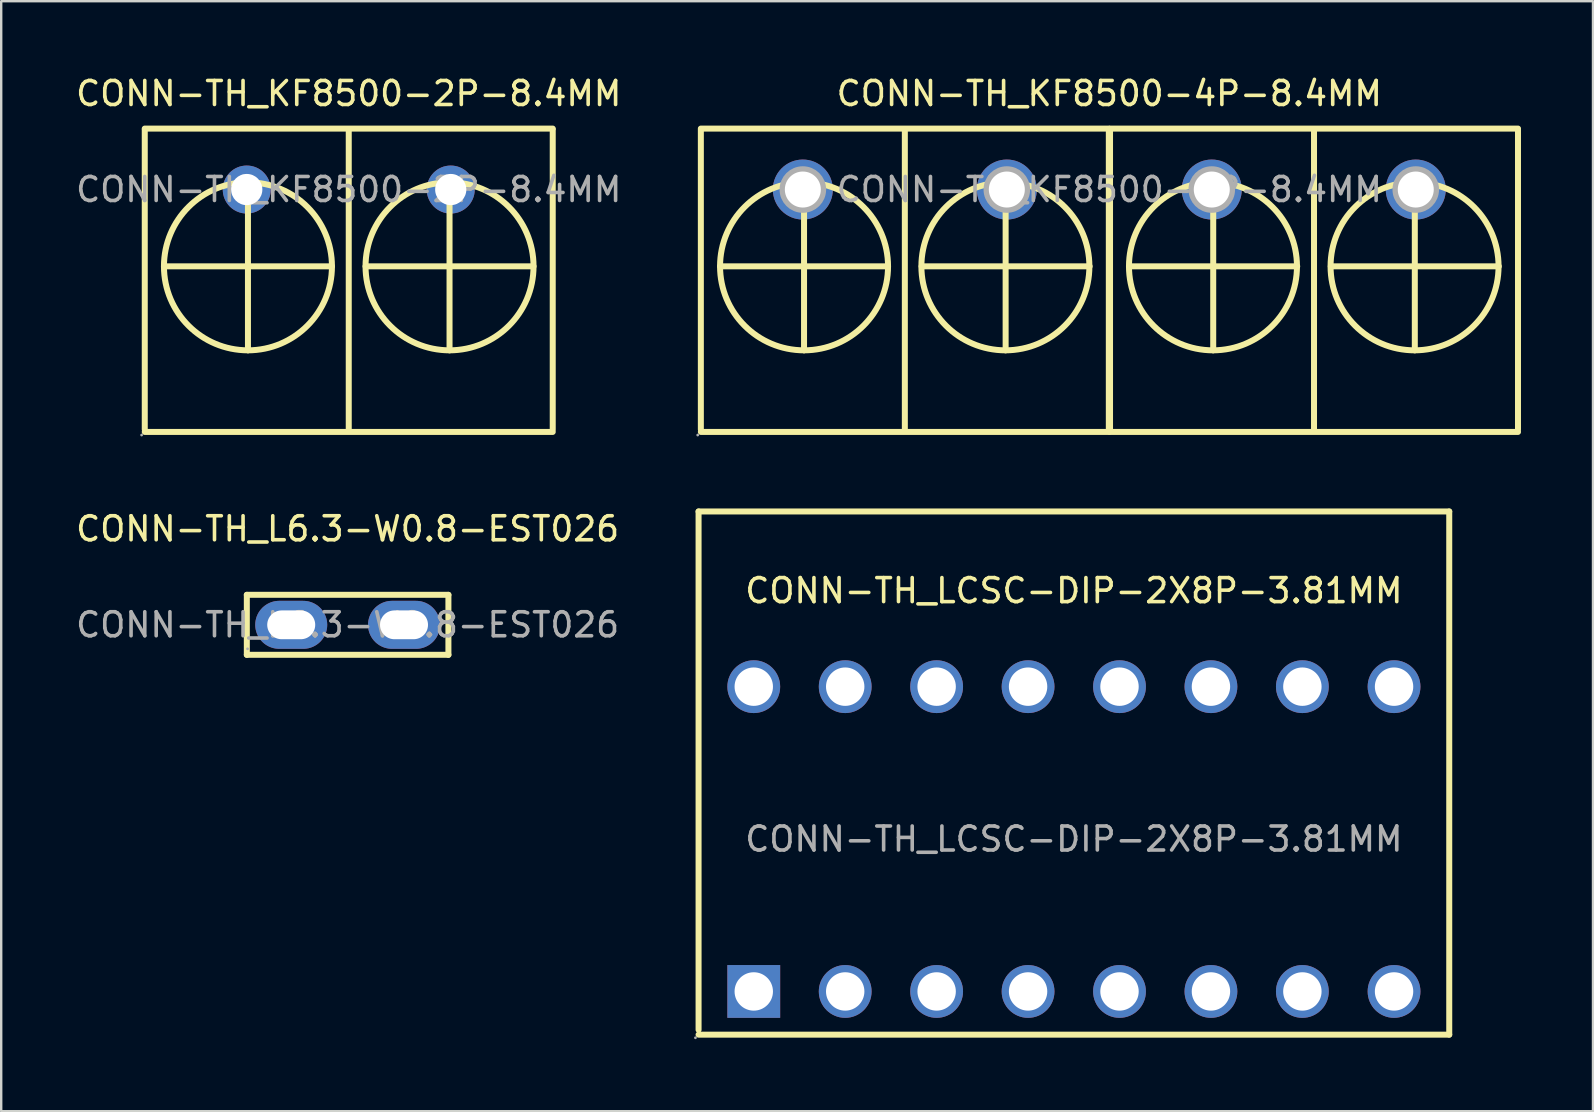
<source format=kicad_pcb>
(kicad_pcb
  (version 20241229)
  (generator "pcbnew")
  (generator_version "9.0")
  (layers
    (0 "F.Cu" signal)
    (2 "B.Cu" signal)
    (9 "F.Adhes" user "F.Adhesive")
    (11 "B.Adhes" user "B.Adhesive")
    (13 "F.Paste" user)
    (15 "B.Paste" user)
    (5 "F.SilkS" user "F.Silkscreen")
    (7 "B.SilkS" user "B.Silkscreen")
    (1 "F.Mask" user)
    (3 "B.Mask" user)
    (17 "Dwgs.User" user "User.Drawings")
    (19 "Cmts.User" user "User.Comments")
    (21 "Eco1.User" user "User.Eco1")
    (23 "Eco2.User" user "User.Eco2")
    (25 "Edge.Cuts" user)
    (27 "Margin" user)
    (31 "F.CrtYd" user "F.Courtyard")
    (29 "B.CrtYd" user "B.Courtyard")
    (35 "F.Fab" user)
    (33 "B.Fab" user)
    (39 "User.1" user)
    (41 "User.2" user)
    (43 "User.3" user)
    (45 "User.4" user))
  (footprint "CONN-TH_KF8500-4P-8.4MM"
    (layer "F.Cu")
    (at 43.174 4.848)
    (property "Reference" "CONN-TH_KF8500-4P-8.4MM" (at 0 -4 0) (layer "F.SilkS") (effects (font (size 1 1) (thickness 0.15))))
    (attr through_hole)
    (fp_line (start -17.02 -2.54) (end -0.02 -2.54) (stroke (width 0.25) (type solid)) (layer "F.SilkS"))
    (fp_line (start -17.02 -2.5) (end -17.02 10) (stroke (width 0.25) (type solid)) (layer "F.SilkS"))
    (fp_line (start -17.02 10.1) (end -0.02 10.1) (stroke (width 0.25) (type solid)) (layer "F.SilkS"))
    (fp_line (start -16.22 3.2) (end -9.22 3.2) (stroke (width 0.25) (type solid)) (layer "F.SilkS"))
    (fp_line (start -12.72 6.7) (end -12.72 -0.2) (stroke (width 0.25) (type solid)) (layer "F.SilkS"))
    (fp_line (start -8.52 -2.5) (end -8.52 10) (stroke (width 0.25) (type solid)) (layer "F.SilkS"))
    (fp_line (start -7.82 3.2) (end -0.82 3.2) (stroke (width 0.25) (type solid)) (layer "F.SilkS"))
    (fp_line (start -4.32 6.7) (end -4.32 -0.2) (stroke (width 0.25) (type solid)) (layer "F.SilkS"))
    (fp_line (start -0.02 -2.5) (end -0.02 10) (stroke (width 0.25) (type solid)) (layer "F.SilkS"))
    (fp_line (start 0.03 -2.54) (end 17.03 -2.54) (stroke (width 0.25) (type solid)) (layer "F.SilkS"))
    (fp_line (start 0.03 -2.5) (end 0.03 10) (stroke (width 0.25) (type solid)) (layer "F.SilkS"))
    (fp_line (start 0.03 10.1) (end 17.03 10.1) (stroke (width 0.25) (type solid)) (layer "F.SilkS"))
    (fp_line (start 0.83 3.2) (end 7.83 3.2) (stroke (width 0.25) (type solid)) (layer "F.SilkS"))
    (fp_line (start 4.33 6.7) (end 4.33 -0.2) (stroke (width 0.25) (type solid)) (layer "F.SilkS"))
    (fp_line (start 8.53 -2.5) (end 8.53 10) (stroke (width 0.25) (type solid)) (layer "F.SilkS"))
    (fp_line (start 9.23 3.2) (end 16.23 3.2) (stroke (width 0.25) (type solid)) (layer "F.SilkS"))
    (fp_line (start 12.73 6.7) (end 12.73 -0.2) (stroke (width 0.25) (type solid)) (layer "F.SilkS"))
    (fp_line (start 17.03 -2.5) (end 17.03 10) (stroke (width 0.25) (type solid)) (layer "F.SilkS"))
    (fp_circle (center -12.72 3.2) (end -9.22 3.2) (stroke (width 0.25) (type solid)) (fill no) (layer "F.SilkS"))
    (fp_circle (center -4.33 3.2) (end -0.83 3.2) (stroke (width 0.25) (type solid)) (fill no) (layer "F.SilkS"))
    (fp_circle (center 4.32 3.2) (end 7.82 3.2) (stroke (width 0.25) (type solid)) (fill no) (layer "F.SilkS"))
    (fp_circle (center 12.72 3.2) (end 16.22 3.2) (stroke (width 0.25) (type solid)) (fill no) (layer "F.SilkS"))
    (fp_circle (center -17.15 10.23) (end -17.12 10.23) (stroke (width 0.06) (type solid)) (fill no) (layer "F.Fab"))
    (fp_circle (center -12.77 0) (end -12.45 0) (stroke (width 0.65) (type solid)) (fill no) (layer "F.Fab"))
    (fp_circle (center -4.27 0) (end -3.95 0) (stroke (width 0.65) (type solid)) (fill no) (layer "F.Fab"))
    (fp_circle (center 4.27 0) (end 4.59 0) (stroke (width 0.65) (type solid)) (fill no) (layer "F.Fab"))
    (fp_circle (center 12.77 0) (end 13.09 0) (stroke (width 0.65) (type solid)) (fill no) (layer "F.Fab"))
    (fp_text user "${REFERENCE}" (at 0 0 0) (layer "F.Fab") (effects (font (size 1 1) (thickness 0.15))))
    (pad "1" thru_hole circle (at -12.77 0) (size 2.5 2.5) (drill 1.5) (layers "*.Cu" "*.Paste" "*.Mask"))
    (pad "2" thru_hole circle (at -4.27 0) (size 2.5 2.5) (drill 1.5) (layers "*.Cu" "*.Paste" "*.Mask"))
    (pad "3" thru_hole circle (at 4.27 0) (size 2.5 2.5) (drill 1.5) (layers "*.Cu" "*.Paste" "*.Mask"))
    (pad "4" thru_hole circle (at 12.77 0) (size 2.5 2.5) (drill 1.5) (layers "*.Cu" "*.Paste" "*.Mask")))
  (footprint "CONN-TH_LCSC-DIP-2X8P-3.81MM"
    (layer "F.Cu")
    (at 41.699 31.913)
    (property "Reference" "CONN-TH_LCSC-DIP-2X8P-3.81MM" (at 0 -10.35 0) (layer "F.SilkS") (effects (font (size 1 1) (thickness 0.15))))
    (attr through_hole)
    (fp_line (start -15.64 -13.65) (end -15.64 7.95) (stroke (width 0.25) (type solid)) (layer "F.SilkS"))
    (fp_line (start -15.64 -13.65) (end 15.64 -13.65) (stroke (width 0.25) (type solid)) (layer "F.SilkS"))
    (fp_line (start 15.64 8.15) (end -15.64 8.15) (stroke (width 0.25) (type solid)) (layer "F.SilkS"))
    (fp_line (start 15.64 8.15) (end 15.64 -13.65) (stroke (width 0.25) (type solid)) (layer "F.SilkS"))
    (fp_circle (center -15.77 8.28) (end -15.74 8.28) (stroke (width 0.06) (type solid)) (fill no) (layer "F.Fab"))
    (fp_circle (center -13.34 -6.35) (end -12.99 -6.35) (stroke (width 0.7) (type solid)) (fill no) (layer "F.Fab"))
    (fp_circle (center -13.34 6.35) (end -12.99 6.35) (stroke (width 0.7) (type solid)) (fill no) (layer "F.Fab"))
    (fp_circle (center -9.53 -6.35) (end -9.18 -6.35) (stroke (width 0.7) (type solid)) (fill no) (layer "F.Fab"))
    (fp_circle (center -9.53 6.35) (end -9.18 6.35) (stroke (width 0.7) (type solid)) (fill no) (layer "F.Fab"))
    (fp_circle (center -5.72 -6.35) (end -5.37 -6.35) (stroke (width 0.7) (type solid)) (fill no) (layer "F.Fab"))
    (fp_circle (center -5.72 6.35) (end -5.37 6.35) (stroke (width 0.7) (type solid)) (fill no) (layer "F.Fab"))
    (fp_circle (center -1.91 -6.35) (end -1.56 -6.35) (stroke (width 0.7) (type solid)) (fill no) (layer "F.Fab"))
    (fp_circle (center -1.91 6.35) (end -1.56 6.35) (stroke (width 0.7) (type solid)) (fill no) (layer "F.Fab"))
    (fp_circle (center 1.9 -6.35) (end 2.25 -6.35) (stroke (width 0.7) (type solid)) (fill no) (layer "F.Fab"))
    (fp_circle (center 1.9 6.35) (end 2.25 6.35) (stroke (width 0.7) (type solid)) (fill no) (layer "F.Fab"))
    (fp_circle (center 5.71 -6.35) (end 6.06 -6.35) (stroke (width 0.7) (type solid)) (fill no) (layer "F.Fab"))
    (fp_circle (center 5.71 6.35) (end 6.06 6.35) (stroke (width 0.7) (type solid)) (fill no) (layer "F.Fab"))
    (fp_circle (center 9.52 -6.35) (end 9.87 -6.35) (stroke (width 0.7) (type solid)) (fill no) (layer "F.Fab"))
    (fp_circle (center 9.52 6.35) (end 9.87 6.35) (stroke (width 0.7) (type solid)) (fill no) (layer "F.Fab"))
    (fp_circle (center 13.34 -6.35) (end 13.69 -6.35) (stroke (width 0.7) (type solid)) (fill no) (layer "F.Fab"))
    (fp_circle (center 13.34 6.35) (end 13.69 6.35) (stroke (width 0.7) (type solid)) (fill no) (layer "F.Fab"))
    (fp_text user "${REFERENCE}" (at 0 0 0) (layer "F.Fab") (effects (font (size 1 1) (thickness 0.15))))
    (pad "1" thru_hole rect (at -13.34 6.35) (size 2.2 2.2) (drill 1.6) (layers "*.Cu" "*.Paste" "*.Mask"))
    (pad "2" thru_hole circle (at -13.34 -6.35) (size 2.2 2.2) (drill 1.6) (layers "*.Cu" "*.Paste" "*.Mask"))
    (pad "3" thru_hole circle (at -9.53 6.35) (size 2.2 2.2) (drill 1.6) (layers "*.Cu" "*.Paste" "*.Mask"))
    (pad "4" thru_hole circle (at -9.53 -6.35) (size 2.2 2.2) (drill 1.6) (layers "*.Cu" "*.Paste" "*.Mask"))
    (pad "5" thru_hole circle (at -5.72 6.35) (size 2.2 2.2) (drill 1.6) (layers "*.Cu" "*.Paste" "*.Mask"))
    (pad "6" thru_hole circle (at -5.72 -6.35) (size 2.2 2.2) (drill 1.6) (layers "*.Cu" "*.Paste" "*.Mask"))
    (pad "7" thru_hole circle (at -1.91 6.35) (size 2.2 2.2) (drill 1.6) (layers "*.Cu" "*.Paste" "*.Mask"))
    (pad "8" thru_hole circle (at -1.91 -6.35) (size 2.2 2.2) (drill 1.6) (layers "*.Cu" "*.Paste" "*.Mask"))
    (pad "9" thru_hole circle (at 1.9 6.35) (size 2.2 2.2) (drill 1.6) (layers "*.Cu" "*.Paste" "*.Mask"))
    (pad "10" thru_hole circle (at 1.9 -6.35) (size 2.2 2.2) (drill 1.6) (layers "*.Cu" "*.Paste" "*.Mask"))
    (pad "11" thru_hole circle (at 5.71 6.35) (size 2.2 2.2) (drill 1.6) (layers "*.Cu" "*.Paste" "*.Mask"))
    (pad "12" thru_hole circle (at 5.71 -6.35) (size 2.2 2.2) (drill 1.6) (layers "*.Cu" "*.Paste" "*.Mask"))
    (pad "13" thru_hole circle (at 9.52 6.35) (size 2.2 2.2) (drill 1.6) (layers "*.Cu" "*.Paste" "*.Mask"))
    (pad "14" thru_hole circle (at 9.52 -6.35) (size 2.2 2.2) (drill 1.6) (layers "*.Cu" "*.Paste" "*.Mask"))
    (pad "15" thru_hole circle (at 13.34 6.35) (size 2.2 2.2) (drill 1.6) (layers "*.Cu" "*.Paste" "*.Mask"))
    (pad "16" thru_hole circle (at 13.34 -6.35) (size 2.2 2.2) (drill 1.6) (layers "*.Cu" "*.Paste" "*.Mask")))
  (footprint "CONN-TH_L6.3-W0.8-EST026"
    (layer "F.Cu")
    (at 11.435 22.986)
    (property "Reference" "CONN-TH_L6.3-W0.8-EST026" (at 0 -4 0) (layer "F.SilkS") (effects (font (size 1 1) (thickness 0.15))))
    (attr through_hole)
    (fp_line (start -4.2 -1.25) (end 4.2 -1.25) (stroke (width 0.25) (type solid)) (layer "F.SilkS"))
    (fp_line (start -4.2 1.25) (end -4.2 -1.25) (stroke (width 0.25) (type solid)) (layer "F.SilkS"))
    (fp_line (start 4.2 -1.25) (end 4.2 1.25) (stroke (width 0.25) (type solid)) (layer "F.SilkS"))
    (fp_line (start 4.2 1.25) (end -4.2 1.25) (stroke (width 0.25) (type solid)) (layer "F.SilkS"))
    (fp_circle (center -4.17 1) (end -4.14 1) (stroke (width 0.06) (type solid)) (fill no) (layer "F.Fab"))
    (fp_text user "${REFERENCE}" (at 0 0 0) (layer "F.Fab") (effects (font (size 1 1) (thickness 0.15))))
    (pad "1" thru_hole oval (at -2.35 0) (size 3 2) (drill oval 2 1.2) (layers "*.Cu" "*.Paste" "*.Mask"))
    (pad "2" thru_hole oval (at 2.35 0) (size 3 2) (drill oval 2 1.2) (layers "*.Cu" "*.Paste" "*.Mask")))
  (footprint "CONN-TH_KF8500-2P-8.4MM"
    (layer "F.Cu")
    (at 11.482 4.848)
    (property "Reference" "CONN-TH_KF8500-2P-8.4MM" (at 0 -4 0) (layer "F.SilkS") (effects (font (size 1 1) (thickness 0.15))))
    (attr through_hole)
    (fp_line (start -8.5 -2.54) (end 8.5 -2.54) (stroke (width 0.25) (type solid)) (layer "F.SilkS"))
    (fp_line (start -8.5 -2.5) (end -8.5 10) (stroke (width 0.25) (type solid)) (layer "F.SilkS"))
    (fp_line (start -8.5 10.1) (end 8.5 10.1) (stroke (width 0.25) (type solid)) (layer "F.SilkS"))
    (fp_line (start -7.7 3.2) (end -0.7 3.2) (stroke (width 0.25) (type solid)) (layer "F.SilkS"))
    (fp_line (start -4.2 6.7) (end -4.2 -0.2) (stroke (width 0.25) (type solid)) (layer "F.SilkS"))
    (fp_line (start 0 -2.5) (end 0 10) (stroke (width 0.25) (type solid)) (layer "F.SilkS"))
    (fp_line (start 0.7 3.2) (end 7.7 3.2) (stroke (width 0.25) (type solid)) (layer "F.SilkS"))
    (fp_line (start 4.2 6.7) (end 4.2 -0.2) (stroke (width 0.25) (type solid)) (layer "F.SilkS"))
    (fp_line (start 8.5 -2.5) (end 8.5 10) (stroke (width 0.25) (type solid)) (layer "F.SilkS"))
    (fp_circle (center -4.2 3.2) (end -0.7 3.2) (stroke (width 0.25) (type solid)) (fill no) (layer "F.SilkS"))
    (fp_circle (center 4.2 3.2) (end 7.7 3.2) (stroke (width 0.25) (type solid)) (fill no) (layer "F.SilkS"))
    (fp_circle (center -8.63 10.23) (end -8.6 10.23) (stroke (width 0.06) (type solid)) (fill no) (layer "F.Fab"))
    (fp_circle (center -4.25 0) (end -3.97 0) (stroke (width 0.55) (type solid)) (fill no) (layer "F.Fab"))
    (fp_circle (center 4.25 0) (end 4.53 0) (stroke (width 0.55) (type solid)) (fill no) (layer "F.Fab"))
    (fp_text user "${REFERENCE}" (at 0 0 0) (layer "F.Fab") (effects (font (size 1 1) (thickness 0.15))))
    (pad "1" thru_hole circle (at -4.25 0) (size 2 2) (drill 1.3) (layers "*.Cu" "*.Paste" "*.Mask"))
    (pad "2" thru_hole circle (at 4.25 0) (size 2 2) (drill 1.3) (layers "*.Cu" "*.Paste" "*.Mask")))
  (gr_rect
    (start -3 -3)
    (end 63.329 43.253)
    (stroke (width 0.1) (type default))
    (fill no)
    (layer "Edge.Cuts")))
</source>
